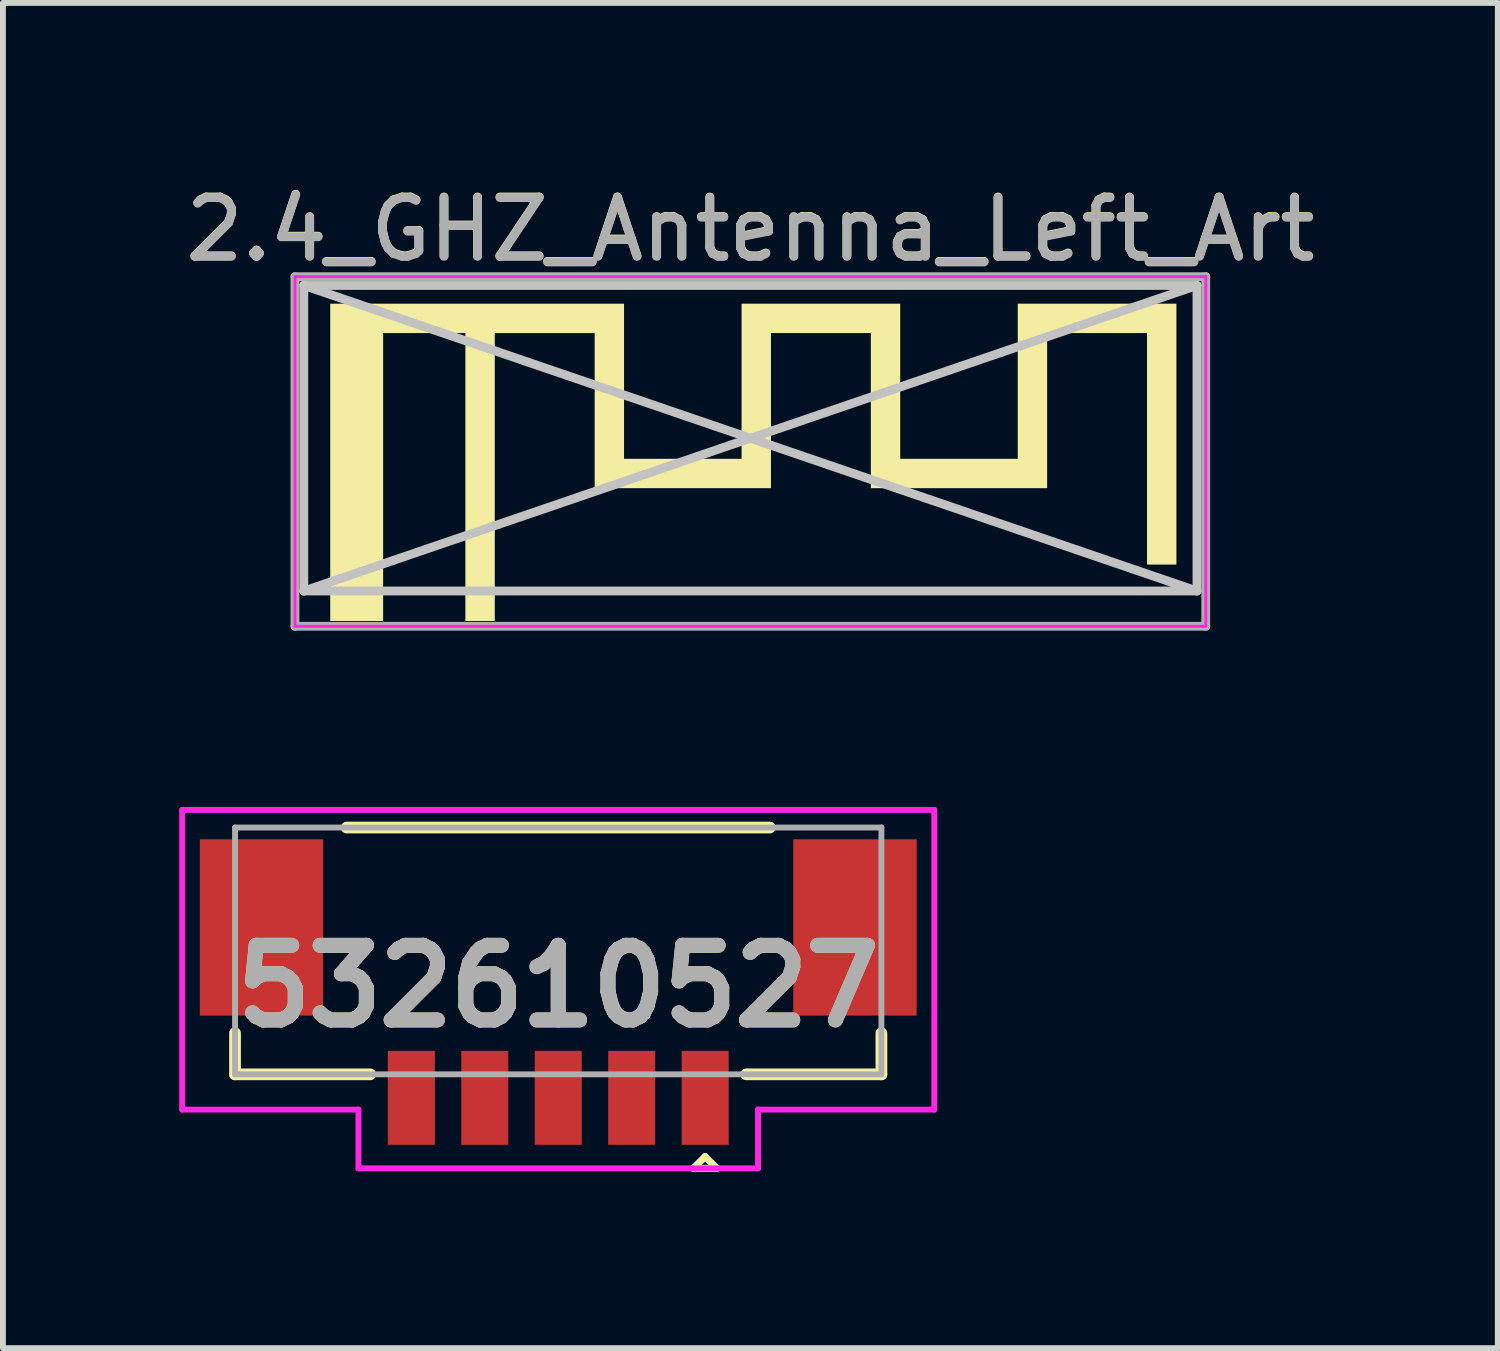
<source format=kicad_pcb>
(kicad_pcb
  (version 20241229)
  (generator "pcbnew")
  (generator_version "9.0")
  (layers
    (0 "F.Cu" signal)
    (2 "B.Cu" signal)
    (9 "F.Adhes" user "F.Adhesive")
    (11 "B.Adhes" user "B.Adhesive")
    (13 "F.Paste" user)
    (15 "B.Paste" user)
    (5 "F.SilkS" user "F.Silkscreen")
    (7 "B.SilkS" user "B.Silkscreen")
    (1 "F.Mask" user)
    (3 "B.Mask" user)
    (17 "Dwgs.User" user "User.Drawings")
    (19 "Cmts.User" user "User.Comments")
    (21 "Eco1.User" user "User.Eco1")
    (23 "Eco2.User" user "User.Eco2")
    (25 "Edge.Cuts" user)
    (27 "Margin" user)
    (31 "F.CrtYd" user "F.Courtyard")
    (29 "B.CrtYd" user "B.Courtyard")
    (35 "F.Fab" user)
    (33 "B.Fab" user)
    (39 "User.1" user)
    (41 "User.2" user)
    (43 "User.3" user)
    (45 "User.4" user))
  (footprint "532610527"
    (layer "F.Cu")
    (at 6.45 12.733)
    (property "Reference" "532610527" (at 0 1 0) (layer "F.SilkS") (effects (font (size 1.27 1.27) (thickness 0.254))))
    (attr smd)
    (fp_line (start -5.5 2.5) (end -5.5 1.8) (stroke (width 0.2) (type solid)) (layer "F.SilkS"))
    (fp_line (start -3.2 2.5) (end -5.5 2.5) (stroke (width 0.2) (type solid)) (layer "F.SilkS"))
    (fp_line (start 2.3 4.1) (end 2.7 4.1) (stroke (width 0.12) (type solid)) (layer "F.SilkS"))
    (fp_line (start 2.5 3.9) (end 2.3 4.1) (stroke (width 0.12) (type solid)) (layer "F.SilkS"))
    (fp_line (start 2.7 4.1) (end 2.5 3.9) (stroke (width 0.12) (type solid)) (layer "F.SilkS"))
    (fp_line (start 3.2 2.5) (end 5.5 2.5) (stroke (width 0.2) (type solid)) (layer "F.SilkS"))
    (fp_line (start 3.6 -1.7) (end -3.6 -1.7) (stroke (width 0.2) (type solid)) (layer "F.SilkS"))
    (fp_line (start 5.5 2.5) (end 5.5 1.8) (stroke (width 0.2) (type solid)) (layer "F.SilkS"))
    (fp_line (start -6.4 -2) (end -6.4 3.1) (stroke (width 0.1) (type solid)) (layer "F.CrtYd"))
    (fp_line (start -6.4 3.1) (end -3.4 3.1) (stroke (width 0.1) (type solid)) (layer "F.CrtYd"))
    (fp_line (start -3.4 4.1) (end -3.4 3.1) (stroke (width 0.1) (type solid)) (layer "F.CrtYd"))
    (fp_line (start -3.4 4.1) (end 3.4 4.1) (stroke (width 0.1) (type solid)) (layer "F.CrtYd"))
    (fp_line (start 3.4 3.1) (end 6.4 3.1) (stroke (width 0.1) (type solid)) (layer "F.CrtYd"))
    (fp_line (start 3.4 4.1) (end 3.4 3.1) (stroke (width 0.1) (type solid)) (layer "F.CrtYd"))
    (fp_line (start 6.4 -2) (end -6.4 -2) (stroke (width 0.1) (type solid)) (layer "F.CrtYd"))
    (fp_line (start 6.4 3.1) (end 6.4 -2) (stroke (width 0.1) (type solid)) (layer "F.CrtYd"))
    (fp_line (start -5.5 -1.7) (end -5.5 2.5) (stroke (width 0.1) (type solid)) (layer "F.Fab"))
    (fp_line (start -5.5 2.5) (end 5.5 2.5) (stroke (width 0.1) (type solid)) (layer "F.Fab"))
    (fp_line (start 5.5 -1.7) (end -5.5 -1.7) (stroke (width 0.1) (type solid)) (layer "F.Fab"))
    (fp_line (start 5.5 2.5) (end 5.5 -1.7) (stroke (width 0.1) (type solid)) (layer "F.Fab"))
    (fp_text user "${REFERENCE}" (at 0 1 0) (layer "F.Fab") (effects (font (size 1.27 1.27) (thickness 0.254))))
    (pad "1" smd rect (at 2.5 2.9) (size 0.8 1.6) (layers "F.Cu" "F.Mask" "F.Paste"))
    (pad "2" smd rect (at 1.25 2.9) (size 0.8 1.6) (layers "F.Cu" "F.Mask" "F.Paste"))
    (pad "3" smd rect (at 0 2.9) (size 0.8 1.6) (layers "F.Cu" "F.Mask" "F.Paste"))
    (pad "4" smd rect (at -1.25 2.9) (size 0.8 1.6) (layers "F.Cu" "F.Mask" "F.Paste"))
    (pad "5" smd rect (at -2.5 2.9) (size 0.8 1.6) (layers "F.Cu" "F.Mask" "F.Paste"))
    (pad "MP1" smd rect (at 5.05 0) (size 2.1 3) (layers "F.Cu" "F.Mask" "F.Paste"))
    (pad "MP2" smd rect (at -5.05 0) (size 2.1 3) (layers "F.Cu" "F.Mask" "F.Paste")))
  (footprint "2.4_GHZ_Antenna_Left_Art"
    (layer "F.Cu")
    (at 14.27 7.258)
    (property "Reference" "2.4_GHZ_Antenna_Left_Art" (at -4.55 -6.41 0) (layer "F.SilkS") (effects (font (size 1 1) (thickness 0.15))))
    (attr exclude_from_pos_files exclude_from_bom)
    (fp_poly (pts (xy -6.7 -2.5) (xy -4.7 -2.5) (xy -4.7 -5.14) (xy -2 -5.14) (xy -2 -2.5) (xy 0 -2.5) (xy 0 -5.14) (xy 2.7 -5.14) (xy 2.7 -0.7) (xy 2.2 -0.7) (xy 2.2 -4.64) (xy 0.5 -4.64) (xy 0.5 -2) (xy -2.5 -2) (xy -2.5 -4.64) (xy -4.2 -4.64) (xy -4.2 -2) (xy -7.2 -2) (xy -7.2 -4.64) (xy -8.9 -4.64) (xy -8.9 0.26) (xy -9.4 0.26) (xy -9.4 -4.64) (xy -10.8 -4.64) (xy -10.8 0.26) (xy -11.7 0.26) (xy -11.7 0.017) (xy -11.7 -5.14) (xy -6.7 -5.14) (xy -6.7 -2.5)) (stroke (width 0) (type solid)) (fill yes) (layer "F.SilkS"))
    (fp_line (start -12.15 -0.25) (end -12.15 -5.45) (stroke (width 0.15) (type solid)) (layer "Dwgs.User"))
    (fp_line (start 3.05 -5.45) (end -12.15 -5.45) (stroke (width 0.15) (type solid)) (layer "Dwgs.User"))
    (fp_line (start 3.05 -5.45) (end -12.15 -0.25) (stroke (width 0.15) (type solid)) (layer "Dwgs.User"))
    (fp_line (start 3.05 -0.25) (end -12.15 -5.45) (stroke (width 0.15) (type solid)) (layer "Dwgs.User"))
    (fp_line (start 3.05 -0.25) (end -12.15 -0.25) (stroke (width 0.15) (type solid)) (layer "Dwgs.User"))
    (fp_line (start 3.05 -0.25) (end 3.05 -5.45) (stroke (width 0.15) (type solid)) (layer "Dwgs.User"))
    (fp_line (start -12.3 -5.6) (end -12.3 0.35) (stroke (width 0.05) (type solid)) (layer "F.CrtYd"))
    (fp_line (start -12.3 0.35) (end 3.2 0.35) (stroke (width 0.05) (type solid)) (layer "F.CrtYd"))
    (fp_line (start 3.2 -5.6) (end -12.3 -5.6) (stroke (width 0.05) (type solid)) (layer "F.CrtYd"))
    (fp_line (start 3.2 0.35) (end 3.2 -5.6) (stroke (width 0.05) (type solid)) (layer "F.CrtYd"))
    (fp_line (start -12.3 -5.6) (end -12.3 0.35) (stroke (width 0.15) (type solid)) (layer "F.Fab"))
    (fp_line (start -12.3 0.35) (end 3.2 0.35) (stroke (width 0.15) (type solid)) (layer "F.Fab"))
    (fp_line (start 3.2 -5.6) (end -12.3 -5.6) (stroke (width 0.15) (type solid)) (layer "F.Fab"))
    (fp_line (start 3.2 0.35) (end 3.2 -5.6) (stroke (width 0.15) (type solid)) (layer "F.Fab"))
    (fp_text user "${REFERENCE}" (at -4.55 -6.4 0) (layer "F.Fab") (effects (font (size 1 1) (thickness 0.15)))))
  (gr_rect
    (start -3 -3)
    (end 22.44 19.893)
    (stroke (width 0.1) (type default))
    (fill no)
    (layer "Edge.Cuts")))
</source>
